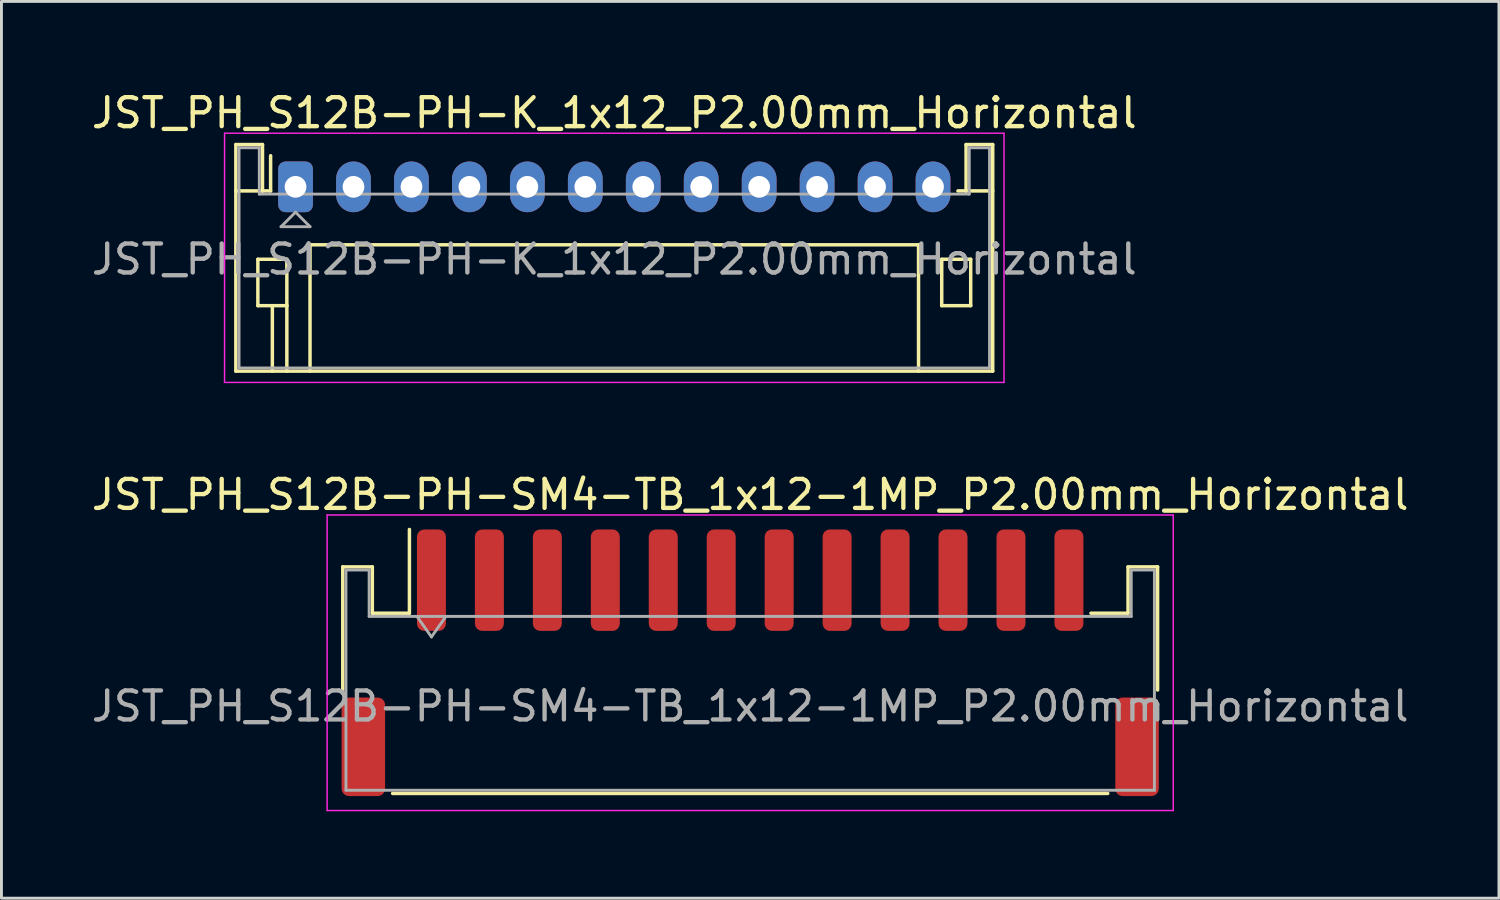
<source format=kicad_pcb>
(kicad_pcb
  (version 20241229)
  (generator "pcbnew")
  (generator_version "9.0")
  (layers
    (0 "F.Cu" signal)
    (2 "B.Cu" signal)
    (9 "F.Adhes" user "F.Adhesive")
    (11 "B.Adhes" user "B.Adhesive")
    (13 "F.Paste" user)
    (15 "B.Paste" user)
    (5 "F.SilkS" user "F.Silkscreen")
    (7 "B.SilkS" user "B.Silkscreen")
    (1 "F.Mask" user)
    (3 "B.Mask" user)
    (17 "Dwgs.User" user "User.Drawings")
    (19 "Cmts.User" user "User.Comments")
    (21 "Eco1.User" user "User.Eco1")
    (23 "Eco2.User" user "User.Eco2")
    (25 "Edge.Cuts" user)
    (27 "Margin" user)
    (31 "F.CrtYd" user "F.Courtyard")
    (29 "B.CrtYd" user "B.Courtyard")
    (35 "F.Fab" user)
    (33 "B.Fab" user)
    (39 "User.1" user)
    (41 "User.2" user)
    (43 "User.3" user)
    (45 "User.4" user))
  (footprint "JST_PH_S12B-PH-K_1x12_P2.00mm_Horizontal"
    (layer "F.Cu")
    (at 7.149 3.398)
    (property "Reference" "JST_PH_S12B-PH-K_1x12_P2.00mm_Horizontal" (at 11 -2.55 0) (layer "F.SilkS") (effects (font (size 1 1) (thickness 0.15))))
    (attr through_hole)
    (fp_line (start -2.06 -1.46) (end -2.06 6.36) (stroke (width 0.12) (type solid)) (layer "F.SilkS"))
    (fp_line (start -2.06 0.14) (end -1.14 0.14) (stroke (width 0.12) (type solid)) (layer "F.SilkS"))
    (fp_line (start -2.06 6.36) (end 24.06 6.36) (stroke (width 0.12) (type solid)) (layer "F.SilkS"))
    (fp_line (start -1.3 2.5) (end -1.3 4.1) (stroke (width 0.12) (type solid)) (layer "F.SilkS"))
    (fp_line (start -1.3 4.1) (end -0.3 4.1) (stroke (width 0.12) (type solid)) (layer "F.SilkS"))
    (fp_line (start -1.14 -1.46) (end -2.06 -1.46) (stroke (width 0.12) (type solid)) (layer "F.SilkS"))
    (fp_line (start -1.14 0.14) (end -1.14 -1.46) (stroke (width 0.12) (type solid)) (layer "F.SilkS"))
    (fp_line (start -0.86 0.14) (end -1.14 0.14) (stroke (width 0.12) (type solid)) (layer "F.SilkS"))
    (fp_line (start -0.86 0.14) (end -0.86 -1.075) (stroke (width 0.12) (type solid)) (layer "F.SilkS"))
    (fp_line (start -0.8 4.1) (end -0.8 6.36) (stroke (width 0.12) (type solid)) (layer "F.SilkS"))
    (fp_line (start -0.3 2.5) (end -1.3 2.5) (stroke (width 0.12) (type solid)) (layer "F.SilkS"))
    (fp_line (start -0.3 4.1) (end -0.3 2.5) (stroke (width 0.12) (type solid)) (layer "F.SilkS"))
    (fp_line (start -0.3 4.1) (end -0.3 6.36) (stroke (width 0.12) (type solid)) (layer "F.SilkS"))
    (fp_line (start 0.5 2) (end 21.5 2) (stroke (width 0.12) (type solid)) (layer "F.SilkS"))
    (fp_line (start 0.5 6.36) (end 0.5 2) (stroke (width 0.12) (type solid)) (layer "F.SilkS"))
    (fp_line (start 21.5 2) (end 21.5 6.36) (stroke (width 0.12) (type solid)) (layer "F.SilkS"))
    (fp_line (start 22.3 2.5) (end 23.3 2.5) (stroke (width 0.12) (type solid)) (layer "F.SilkS"))
    (fp_line (start 22.3 4.1) (end 22.3 2.5) (stroke (width 0.12) (type solid)) (layer "F.SilkS"))
    (fp_line (start 23.14 -1.46) (end 23.14 0.14) (stroke (width 0.12) (type solid)) (layer "F.SilkS"))
    (fp_line (start 23.14 0.14) (end 22.86 0.14) (stroke (width 0.12) (type solid)) (layer "F.SilkS"))
    (fp_line (start 23.3 2.5) (end 23.3 4.1) (stroke (width 0.12) (type solid)) (layer "F.SilkS"))
    (fp_line (start 23.3 4.1) (end 22.3 4.1) (stroke (width 0.12) (type solid)) (layer "F.SilkS"))
    (fp_line (start 24.06 -1.46) (end 23.14 -1.46) (stroke (width 0.12) (type solid)) (layer "F.SilkS"))
    (fp_line (start 24.06 0.14) (end 23.14 0.14) (stroke (width 0.12) (type solid)) (layer "F.SilkS"))
    (fp_line (start 24.06 6.36) (end 24.06 -1.46) (stroke (width 0.12) (type solid)) (layer "F.SilkS"))
    (fp_line (start -2.45 -1.85) (end -2.45 6.75) (stroke (width 0.05) (type solid)) (layer "F.CrtYd"))
    (fp_line (start -2.45 6.75) (end 24.45 6.75) (stroke (width 0.05) (type solid)) (layer "F.CrtYd"))
    (fp_line (start 24.45 -1.85) (end -2.45 -1.85) (stroke (width 0.05) (type solid)) (layer "F.CrtYd"))
    (fp_line (start 24.45 6.75) (end 24.45 -1.85) (stroke (width 0.05) (type solid)) (layer "F.CrtYd"))
    (fp_line (start -1.95 -1.35) (end -1.95 6.25) (stroke (width 0.1) (type solid)) (layer "F.Fab"))
    (fp_line (start -1.95 6.25) (end 23.95 6.25) (stroke (width 0.1) (type solid)) (layer "F.Fab"))
    (fp_line (start -1.25 -1.35) (end -1.95 -1.35) (stroke (width 0.1) (type solid)) (layer "F.Fab"))
    (fp_line (start -1.25 0.25) (end -1.25 -1.35) (stroke (width 0.1) (type solid)) (layer "F.Fab"))
    (fp_line (start -0.5 1.375) (end 0.5 1.375) (stroke (width 0.1) (type solid)) (layer "F.Fab"))
    (fp_line (start 0 0.875) (end -0.5 1.375) (stroke (width 0.1) (type solid)) (layer "F.Fab"))
    (fp_line (start 0.5 1.375) (end 0 0.875) (stroke (width 0.1) (type solid)) (layer "F.Fab"))
    (fp_line (start 23.25 -1.35) (end 23.25 0.25) (stroke (width 0.1) (type solid)) (layer "F.Fab"))
    (fp_line (start 23.25 0.25) (end -1.25 0.25) (stroke (width 0.1) (type solid)) (layer "F.Fab"))
    (fp_line (start 23.95 -1.35) (end 23.25 -1.35) (stroke (width 0.1) (type solid)) (layer "F.Fab"))
    (fp_line (start 23.95 6.25) (end 23.95 -1.35) (stroke (width 0.1) (type solid)) (layer "F.Fab"))
    (fp_text user "${REFERENCE}" (at 11 2.5 0) (layer "F.Fab") (effects (font (size 1 1) (thickness 0.15))))
    (pad "1" thru_hole roundrect (at 0 0) (size 1.2 1.75) (drill 0.75) (layers "*.Cu" "*.Mask") (roundrect_rratio 0.208))
    (pad "2" thru_hole oval (at 2 0) (size 1.2 1.75) (drill 0.75) (layers "*.Cu" "*.Mask"))
    (pad "3" thru_hole oval (at 4 0) (size 1.2 1.75) (drill 0.75) (layers "*.Cu" "*.Mask"))
    (pad "4" thru_hole oval (at 6 0) (size 1.2 1.75) (drill 0.75) (layers "*.Cu" "*.Mask"))
    (pad "5" thru_hole oval (at 8 0) (size 1.2 1.75) (drill 0.75) (layers "*.Cu" "*.Mask"))
    (pad "6" thru_hole oval (at 10 0) (size 1.2 1.75) (drill 0.75) (layers "*.Cu" "*.Mask"))
    (pad "7" thru_hole oval (at 12 0) (size 1.2 1.75) (drill 0.75) (layers "*.Cu" "*.Mask"))
    (pad "8" thru_hole oval (at 14 0) (size 1.2 1.75) (drill 0.75) (layers "*.Cu" "*.Mask"))
    (pad "9" thru_hole oval (at 16 0) (size 1.2 1.75) (drill 0.75) (layers "*.Cu" "*.Mask"))
    (pad "10" thru_hole oval (at 18 0) (size 1.2 1.75) (drill 0.75) (layers "*.Cu" "*.Mask"))
    (pad "11" thru_hole oval (at 20 0) (size 1.2 1.75) (drill 0.75) (layers "*.Cu" "*.Mask"))
    (pad "12" thru_hole oval (at 22 0) (size 1.2 1.75) (drill 0.75) (layers "*.Cu" "*.Mask")))
  (footprint "JST_PH_S12B-PH-SM4-TB_1x12-1MP_P2.00mm_Horizontal"
    (layer "F.Cu")
    (at 22.839 19.822)
    (property "Reference" "JST_PH_S12B-PH-SM4-TB_1x12-1MP_P2.00mm_Horizontal" (at 0 -5.8 0) (layer "F.SilkS") (effects (font (size 1 1) (thickness 0.15))))
    (attr smd)
    (fp_line (start -14.06 -3.31) (end -13.04 -3.31) (stroke (width 0.12) (type solid)) (layer "F.SilkS"))
    (fp_line (start -14.06 0.94) (end -14.06 -3.31) (stroke (width 0.12) (type solid)) (layer "F.SilkS"))
    (fp_line (start -13.04 -3.31) (end -13.04 -1.71) (stroke (width 0.12) (type solid)) (layer "F.SilkS"))
    (fp_line (start -13.04 -1.71) (end -11.76 -1.71) (stroke (width 0.12) (type solid)) (layer "F.SilkS"))
    (fp_line (start -12.34 4.51) (end 12.34 4.51) (stroke (width 0.12) (type solid)) (layer "F.SilkS"))
    (fp_line (start -11.76 -1.71) (end -11.76 -4.6) (stroke (width 0.12) (type solid)) (layer "F.SilkS"))
    (fp_line (start 13.04 -3.31) (end 13.04 -1.71) (stroke (width 0.12) (type solid)) (layer "F.SilkS"))
    (fp_line (start 13.04 -1.71) (end 11.76 -1.71) (stroke (width 0.12) (type solid)) (layer "F.SilkS"))
    (fp_line (start 14.06 -3.31) (end 13.04 -3.31) (stroke (width 0.12) (type solid)) (layer "F.SilkS"))
    (fp_line (start 14.06 0.94) (end 14.06 -3.31) (stroke (width 0.12) (type solid)) (layer "F.SilkS"))
    (fp_line (start -14.6 -5.1) (end -14.6 5.1) (stroke (width 0.05) (type solid)) (layer "F.CrtYd"))
    (fp_line (start -14.6 5.1) (end 14.6 5.1) (stroke (width 0.05) (type solid)) (layer "F.CrtYd"))
    (fp_line (start 14.6 -5.1) (end -14.6 -5.1) (stroke (width 0.05) (type solid)) (layer "F.CrtYd"))
    (fp_line (start 14.6 5.1) (end 14.6 -5.1) (stroke (width 0.05) (type solid)) (layer "F.CrtYd"))
    (fp_line (start -13.95 -3.2) (end -13.95 4.4) (stroke (width 0.1) (type solid)) (layer "F.Fab"))
    (fp_line (start -13.95 -3.2) (end -13.15 -3.2) (stroke (width 0.1) (type solid)) (layer "F.Fab"))
    (fp_line (start -13.95 4.4) (end 13.95 4.4) (stroke (width 0.1) (type solid)) (layer "F.Fab"))
    (fp_line (start -13.15 -3.2) (end -13.15 -1.6) (stroke (width 0.1) (type solid)) (layer "F.Fab"))
    (fp_line (start -13.15 -1.6) (end 13.15 -1.6) (stroke (width 0.1) (type solid)) (layer "F.Fab"))
    (fp_line (start -11.5 -1.6) (end -11 -0.893) (stroke (width 0.1) (type solid)) (layer "F.Fab"))
    (fp_line (start -11 -0.893) (end -10.5 -1.6) (stroke (width 0.1) (type solid)) (layer "F.Fab"))
    (fp_line (start 13.15 -3.2) (end 13.95 -3.2) (stroke (width 0.1) (type solid)) (layer "F.Fab"))
    (fp_line (start 13.15 -1.6) (end 13.15 -3.2) (stroke (width 0.1) (type solid)) (layer "F.Fab"))
    (fp_line (start 13.95 -3.2) (end 13.95 4.4) (stroke (width 0.1) (type solid)) (layer "F.Fab"))
    (fp_text user "${REFERENCE}" (at 0 1.5 0) (layer "F.Fab") (effects (font (size 1 1) (thickness 0.15))))
    (pad "1" smd roundrect (at -11 -2.85) (size 1 3.5) (layers "F.Cu" "F.Mask" "F.Paste") (roundrect_rratio 0.25))
    (pad "2" smd roundrect (at -9 -2.85) (size 1 3.5) (layers "F.Cu" "F.Mask" "F.Paste") (roundrect_rratio 0.25))
    (pad "3" smd roundrect (at -7 -2.85) (size 1 3.5) (layers "F.Cu" "F.Mask" "F.Paste") (roundrect_rratio 0.25))
    (pad "4" smd roundrect (at -5 -2.85) (size 1 3.5) (layers "F.Cu" "F.Mask" "F.Paste") (roundrect_rratio 0.25))
    (pad "5" smd roundrect (at -3 -2.85) (size 1 3.5) (layers "F.Cu" "F.Mask" "F.Paste") (roundrect_rratio 0.25))
    (pad "6" smd roundrect (at -1 -2.85) (size 1 3.5) (layers "F.Cu" "F.Mask" "F.Paste") (roundrect_rratio 0.25))
    (pad "7" smd roundrect (at 1 -2.85) (size 1 3.5) (layers "F.Cu" "F.Mask" "F.Paste") (roundrect_rratio 0.25))
    (pad "8" smd roundrect (at 3 -2.85) (size 1 3.5) (layers "F.Cu" "F.Mask" "F.Paste") (roundrect_rratio 0.25))
    (pad "9" smd roundrect (at 5 -2.85) (size 1 3.5) (layers "F.Cu" "F.Mask" "F.Paste") (roundrect_rratio 0.25))
    (pad "10" smd roundrect (at 7 -2.85) (size 1 3.5) (layers "F.Cu" "F.Mask" "F.Paste") (roundrect_rratio 0.25))
    (pad "11" smd roundrect (at 9 -2.85) (size 1 3.5) (layers "F.Cu" "F.Mask" "F.Paste") (roundrect_rratio 0.25))
    (pad "12" smd roundrect (at 11 -2.85) (size 1 3.5) (layers "F.Cu" "F.Mask" "F.Paste") (roundrect_rratio 0.25))
    (pad "MP" smd roundrect (at -13.35 2.9) (size 1.5 3.4) (layers "F.Cu" "F.Mask" "F.Paste") (roundrect_rratio 0.167))
    (pad "MP" smd roundrect (at 13.35 2.9) (size 1.5 3.4) (layers "F.Cu" "F.Mask" "F.Paste") (roundrect_rratio 0.167)))
  (gr_rect
    (start -3 -3)
    (end 48.679 27.947)
    (stroke (width 0.1) (type default))
    (fill no)
    (layer "Edge.Cuts")))
</source>
